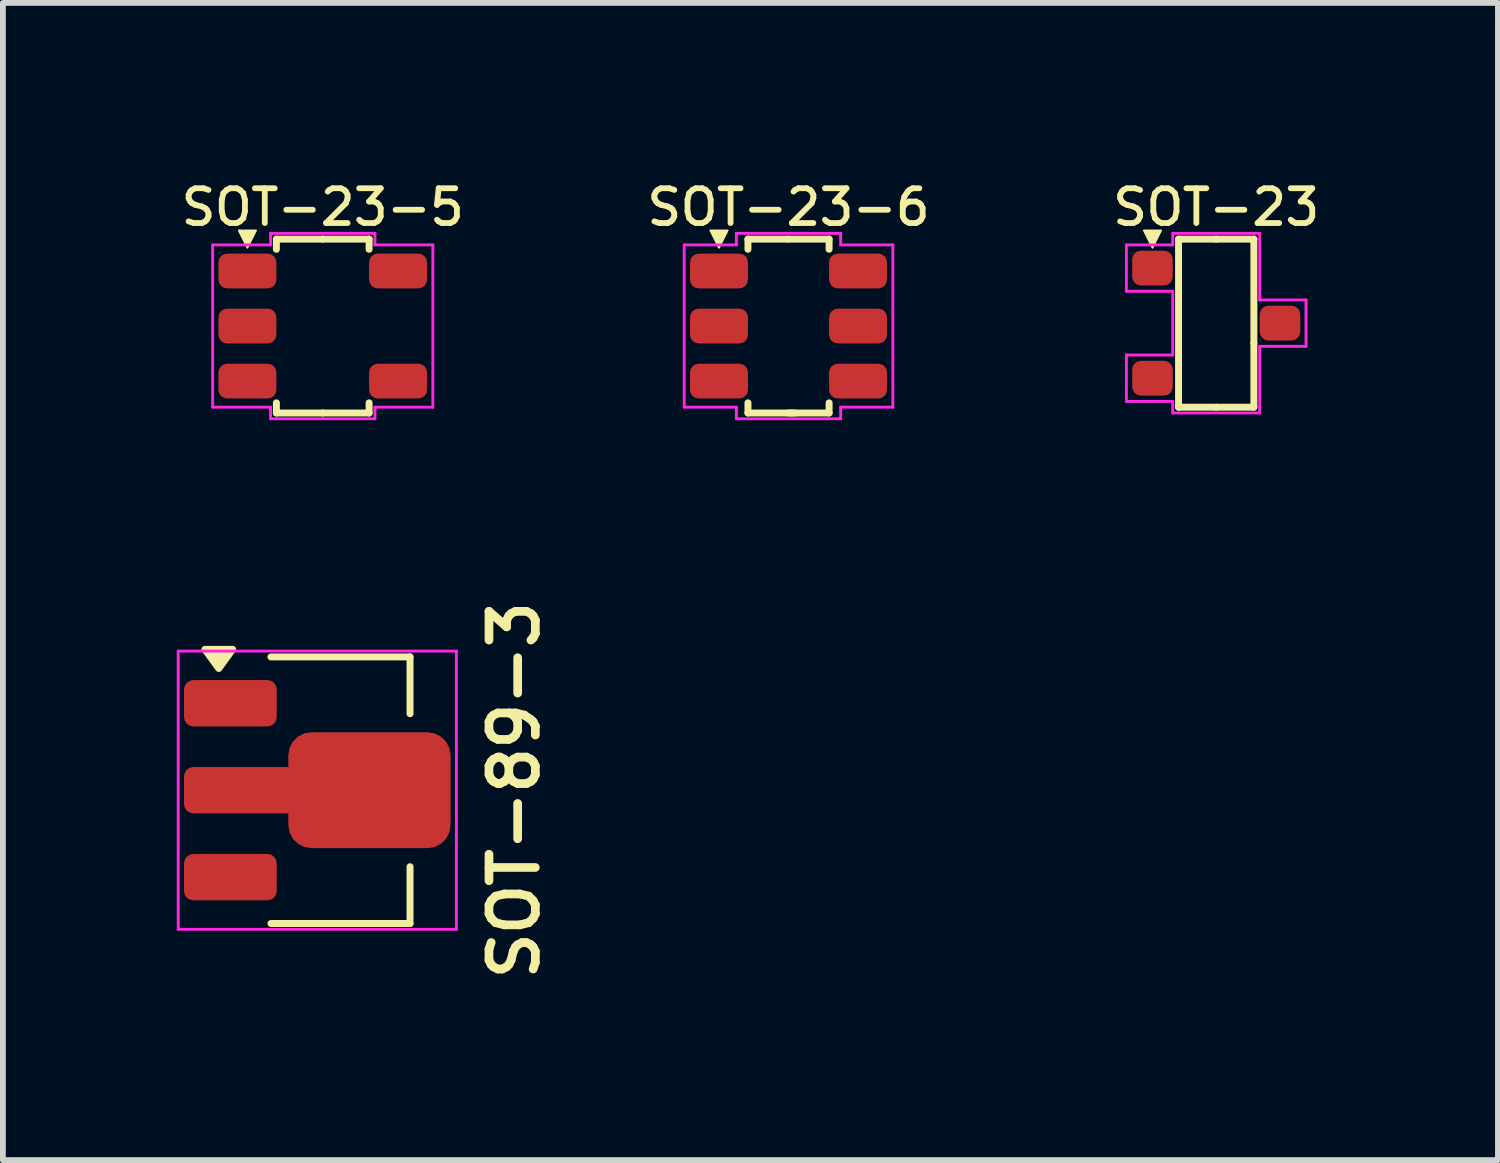
<source format=kicad_pcb>
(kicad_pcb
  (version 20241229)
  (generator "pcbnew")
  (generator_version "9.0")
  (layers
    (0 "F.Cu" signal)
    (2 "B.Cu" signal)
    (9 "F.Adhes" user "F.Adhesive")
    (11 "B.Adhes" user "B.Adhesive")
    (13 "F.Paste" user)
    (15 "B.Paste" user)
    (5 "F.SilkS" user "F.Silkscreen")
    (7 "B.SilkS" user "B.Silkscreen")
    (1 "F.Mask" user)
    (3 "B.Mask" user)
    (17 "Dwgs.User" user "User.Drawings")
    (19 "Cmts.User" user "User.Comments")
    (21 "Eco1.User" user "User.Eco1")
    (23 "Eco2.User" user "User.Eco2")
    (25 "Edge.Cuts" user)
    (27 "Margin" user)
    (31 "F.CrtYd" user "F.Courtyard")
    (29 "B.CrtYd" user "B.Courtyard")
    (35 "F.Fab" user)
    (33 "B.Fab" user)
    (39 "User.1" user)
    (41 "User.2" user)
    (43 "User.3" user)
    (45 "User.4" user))
  (footprint "SOT-23-6"
    (layer "F.Cu")
    (at 10.556 2.576)
    (property "Reference" "SOT-23-6" (at 0 -2.05 0) (layer "F.SilkS") (effects (font (size 0.6 0.6) (thickness 0.1))))
    (attr smd)
    (fp_line (start -0.7 -1.325) (end -0.7 -1.5) (stroke (width 0.12) (type solid)) (layer "F.SilkS"))
    (fp_line (start -0.7 1.325) (end -0.7 1.5) (stroke (width 0.12) (type solid)) (layer "F.SilkS"))
    (fp_line (start 0 -1.5) (end -0.7 -1.5) (stroke (width 0.12) (type solid)) (layer "F.SilkS"))
    (fp_line (start 0 -1.5) (end 0.7 -1.5) (stroke (width 0.12) (type solid)) (layer "F.SilkS"))
    (fp_line (start 0 1.5) (end 0.7 1.5) (stroke (width 0.12) (type solid)) (layer "F.SilkS"))
    (fp_line (start 0.1 1.5) (end -0.7 1.5) (stroke (width 0.12) (type solid)) (layer "F.SilkS"))
    (fp_line (start 0.7 -1.325) (end 0.7 -1.5) (stroke (width 0.12) (type solid)) (layer "F.SilkS"))
    (fp_line (start 0.7 1.325) (end 0.7 1.5) (stroke (width 0.12) (type solid)) (layer "F.SilkS"))
    (fp_poly (pts (xy -1.2 -1.35) (xy -1.35 -1.65) (xy -1.05 -1.65)) (stroke (width 0.03) (type solid)) (fill yes) (layer "F.SilkS"))
    (fp_line (start -1.8 -1.4) (end -1.8 1.4) (stroke (width 0.05) (type solid)) (layer "F.CrtYd"))
    (fp_line (start -0.9 -1.6) (end -0.9 -1.4) (stroke (width 0.05) (type solid)) (layer "F.CrtYd"))
    (fp_line (start -0.9 -1.4) (end -1.8 -1.4) (stroke (width 0.05) (type solid)) (layer "F.CrtYd"))
    (fp_line (start -0.9 1.4) (end -1.8 1.4) (stroke (width 0.05) (type solid)) (layer "F.CrtYd"))
    (fp_line (start -0.9 1.6) (end -0.9 1.4) (stroke (width 0.05) (type solid)) (layer "F.CrtYd"))
    (fp_line (start 0.9 -1.6) (end -0.9 -1.6) (stroke (width 0.05) (type solid)) (layer "F.CrtYd"))
    (fp_line (start 0.9 -1.4) (end 0.9 -1.6) (stroke (width 0.05) (type solid)) (layer "F.CrtYd"))
    (fp_line (start 0.9 1.4) (end 0.9 1.6) (stroke (width 0.05) (type solid)) (layer "F.CrtYd"))
    (fp_line (start 0.9 1.6) (end -0.9 1.6) (stroke (width 0.05) (type solid)) (layer "F.CrtYd"))
    (fp_line (start 1.8 -1.4) (end 0.9 -1.4) (stroke (width 0.05) (type solid)) (layer "F.CrtYd"))
    (fp_line (start 1.8 1.4) (end 0.9 1.4) (stroke (width 0.05) (type solid)) (layer "F.CrtYd"))
    (fp_line (start 1.8 1.4) (end 1.8 -1.4) (stroke (width 0.05) (type solid)) (layer "F.CrtYd"))
    (pad "1" smd roundrect (at -1.2 -0.95) (size 1 0.6) (layers "F.Cu" "F.Mask" "F.Paste") (roundrect_rratio 0.25))
    (pad "2" smd roundrect (at -1.2 0) (size 1 0.6) (layers "F.Cu" "F.Mask" "F.Paste") (roundrect_rratio 0.25))
    (pad "3" smd roundrect (at -1.2 0.95) (size 1 0.6) (layers "F.Cu" "F.Mask" "F.Paste") (roundrect_rratio 0.25))
    (pad "4" smd roundrect (at 1.2 0.95) (size 1 0.6) (layers "F.Cu" "F.Mask" "F.Paste") (roundrect_rratio 0.25))
    (pad "5" smd roundrect (at 1.2 0) (size 1 0.6) (layers "F.Cu" "F.Mask" "F.Paste") (roundrect_rratio 0.25))
    (pad "6" smd roundrect (at 1.2 -0.95) (size 1 0.6) (layers "F.Cu" "F.Mask" "F.Paste") (roundrect_rratio 0.25)))
  (footprint "SOT-23-5"
    (layer "F.Cu")
    (at 2.519 2.576)
    (property "Reference" "SOT-23-5" (at 0 -2.05 0) (layer "F.SilkS") (effects (font (size 0.6 0.6) (thickness 0.1))))
    (attr smd)
    (fp_line (start -0.8 -1.325) (end -0.8 -1.5) (stroke (width 0.12) (type solid)) (layer "F.SilkS"))
    (fp_line (start -0.8 1.325) (end -0.8 1.5) (stroke (width 0.12) (type solid)) (layer "F.SilkS"))
    (fp_line (start 0 -1.5) (end -0.8 -1.5) (stroke (width 0.12) (type solid)) (layer "F.SilkS"))
    (fp_line (start 0 -1.5) (end 0.8 -1.5) (stroke (width 0.12) (type solid)) (layer "F.SilkS"))
    (fp_line (start 0 1.5) (end -0.8 1.5) (stroke (width 0.12) (type solid)) (layer "F.SilkS"))
    (fp_line (start 0 1.5) (end 0.8 1.5) (stroke (width 0.12) (type solid)) (layer "F.SilkS"))
    (fp_line (start 0.8 -1.325) (end 0.8 -1.5) (stroke (width 0.12) (type solid)) (layer "F.SilkS"))
    (fp_line (start 0.8 1.325) (end 0.8 1.5) (stroke (width 0.12) (type solid)) (layer "F.SilkS"))
    (fp_poly (pts (xy -1.3 -1.35) (xy -1.45 -1.65) (xy -1.15 -1.65)) (stroke (width 0.03) (type solid)) (fill yes) (layer "F.SilkS"))
    (fp_line (start -1.9 -1.4) (end -1.9 1.4) (stroke (width 0.05) (type solid)) (layer "F.CrtYd"))
    (fp_line (start -0.9 -1.6) (end -0.9 -1.4) (stroke (width 0.05) (type solid)) (layer "F.CrtYd"))
    (fp_line (start -0.9 -1.4) (end -1.9 -1.4) (stroke (width 0.05) (type solid)) (layer "F.CrtYd"))
    (fp_line (start -0.9 1.4) (end -1.9 1.4) (stroke (width 0.05) (type solid)) (layer "F.CrtYd"))
    (fp_line (start -0.9 1.6) (end -0.9 1.4) (stroke (width 0.05) (type solid)) (layer "F.CrtYd"))
    (fp_line (start 0.9 -1.6) (end -0.9 -1.6) (stroke (width 0.05) (type solid)) (layer "F.CrtYd"))
    (fp_line (start 0.9 -1.4) (end 0.9 -1.6) (stroke (width 0.05) (type solid)) (layer "F.CrtYd"))
    (fp_line (start 0.9 1.4) (end 0.9 1.6) (stroke (width 0.05) (type solid)) (layer "F.CrtYd"))
    (fp_line (start 0.9 1.6) (end -0.9 1.6) (stroke (width 0.05) (type solid)) (layer "F.CrtYd"))
    (fp_line (start 1.9 -1.4) (end 0.9 -1.4) (stroke (width 0.05) (type solid)) (layer "F.CrtYd"))
    (fp_line (start 1.9 1.4) (end 0.9 1.4) (stroke (width 0.05) (type solid)) (layer "F.CrtYd"))
    (fp_line (start 1.9 1.4) (end 1.9 -1.4) (stroke (width 0.05) (type solid)) (layer "F.CrtYd"))
    (pad "1" smd roundrect (at -1.3 -0.95) (size 1 0.6) (layers "F.Cu" "F.Mask" "F.Paste") (roundrect_rratio 0.25))
    (pad "2" smd roundrect (at -1.3 0) (size 1 0.6) (layers "F.Cu" "F.Mask" "F.Paste") (roundrect_rratio 0.25))
    (pad "3" smd roundrect (at -1.3 0.95) (size 1 0.6) (layers "F.Cu" "F.Mask" "F.Paste") (roundrect_rratio 0.25))
    (pad "4" smd roundrect (at 1.3 0.95) (size 1 0.6) (layers "F.Cu" "F.Mask" "F.Paste") (roundrect_rratio 0.25))
    (pad "5" smd roundrect (at 1.3 -0.95) (size 1 0.6) (layers "F.Cu" "F.Mask" "F.Paste") (roundrect_rratio 0.25)))
  (footprint "SOT-23"
    (layer "F.Cu")
    (at 17.936 2.526)
    (property "Reference" "SOT-23" (at 0 -2 0) (layer "F.SilkS") (effects (font (size 0.6 0.6) (thickness 0.1))))
    (attr smd)
    (fp_line (start -0.65 -1.45) (end -0.65 1.45) (stroke (width 0.12) (type solid)) (layer "F.SilkS"))
    (fp_line (start 0 -1.45) (end -0.65 -1.45) (stroke (width 0.12) (type solid)) (layer "F.SilkS"))
    (fp_line (start 0 -1.45) (end 0.65 -1.45) (stroke (width 0.12) (type solid)) (layer "F.SilkS"))
    (fp_line (start 0 1.45) (end -0.65 1.45) (stroke (width 0.12) (type solid)) (layer "F.SilkS"))
    (fp_line (start 0 1.45) (end 0.65 1.45) (stroke (width 0.12) (type solid)) (layer "F.SilkS"))
    (fp_line (start 0.65 -1.45) (end 0.65 0.35) (stroke (width 0.12) (type solid)) (layer "F.SilkS"))
    (fp_line (start 0.65 1.45) (end 0.65 0.35) (stroke (width 0.12) (type solid)) (layer "F.SilkS"))
    (fp_poly (pts (xy -1.1 -1.3) (xy -1.25 -1.6) (xy -0.95 -1.6)) (stroke (width 0.03) (type solid)) (fill yes) (layer "F.SilkS"))
    (fp_line (start -1.55 -1.35) (end -1.55 -0.55) (stroke (width 0.05) (type solid)) (layer "F.CrtYd"))
    (fp_line (start -1.55 -0.55) (end -0.75 -0.55) (stroke (width 0.05) (type solid)) (layer "F.CrtYd"))
    (fp_line (start -1.55 0.55) (end -1.55 1.35) (stroke (width 0.05) (type solid)) (layer "F.CrtYd"))
    (fp_line (start -0.75 -1.55) (end -0.75 -1.35) (stroke (width 0.05) (type solid)) (layer "F.CrtYd"))
    (fp_line (start -0.75 -1.35) (end -1.55 -1.35) (stroke (width 0.05) (type solid)) (layer "F.CrtYd"))
    (fp_line (start -0.75 -0.55) (end -0.75 0.55) (stroke (width 0.05) (type solid)) (layer "F.CrtYd"))
    (fp_line (start -0.75 0.55) (end -1.55 0.55) (stroke (width 0.05) (type solid)) (layer "F.CrtYd"))
    (fp_line (start -0.75 1.35) (end -1.55 1.35) (stroke (width 0.05) (type solid)) (layer "F.CrtYd"))
    (fp_line (start -0.75 1.55) (end -0.75 1.35) (stroke (width 0.05) (type solid)) (layer "F.CrtYd"))
    (fp_line (start 0.75 -1.55) (end -0.75 -1.55) (stroke (width 0.05) (type solid)) (layer "F.CrtYd"))
    (fp_line (start 0.75 -0.4) (end 0.75 -1.55) (stroke (width 0.05) (type solid)) (layer "F.CrtYd"))
    (fp_line (start 0.75 0.4) (end 0.75 1.55) (stroke (width 0.05) (type solid)) (layer "F.CrtYd"))
    (fp_line (start 0.75 1.55) (end -0.75 1.55) (stroke (width 0.05) (type solid)) (layer "F.CrtYd"))
    (fp_line (start 1.55 -0.4) (end 0.75 -0.4) (stroke (width 0.05) (type solid)) (layer "F.CrtYd"))
    (fp_line (start 1.55 0.4) (end 0.75 0.4) (stroke (width 0.05) (type solid)) (layer "F.CrtYd"))
    (fp_line (start 1.55 0.4) (end 1.55 -0.4) (stroke (width 0.05) (type solid)) (layer "F.CrtYd"))
    (pad "1" smd roundrect (at -1.1 -0.95) (size 0.7 0.6) (layers "F.Cu" "F.Mask" "F.Paste") (roundrect_rratio 0.25))
    (pad "2" smd roundrect (at -1.1 0.95) (size 0.7 0.6) (layers "F.Cu" "F.Mask" "F.Paste") (roundrect_rratio 0.25))
    (pad "3" smd roundrect (at 1.1 0) (size 0.7 0.6) (layers "F.Cu" "F.Mask" "F.Paste") (roundrect_rratio 0.25)))
  (footprint "SOT-89-3"
    (layer "F.Cu")
    (at 2.725 10.585)
    (property "Reference" "SOT-89-3" (at 3.1 0 270) (layer "F.SilkS") (effects (font (size 0.8 0.8) (thickness 0.15))))
    (attr smd)
    (fp_line (start -1.1 -2.3) (end 1.3 -2.3) (stroke (width 0.12) (type solid)) (layer "F.SilkS"))
    (fp_line (start 1.3 -1.32) (end 1.3 -2.3) (stroke (width 0.12) (type solid)) (layer "F.SilkS"))
    (fp_line (start 1.3 1.32) (end 1.3 2.3) (stroke (width 0.12) (type solid)) (layer "F.SilkS"))
    (fp_line (start 1.3 2.3) (end -1.1 2.3) (stroke (width 0.12) (type solid)) (layer "F.SilkS"))
    (fp_poly (pts (xy -2 -2.1) (xy -2.24 -2.43) (xy -1.76 -2.43) (xy -2 -2.1)) (stroke (width 0.12) (type solid)) (fill yes) (layer "F.SilkS"))
    (fp_line (start -2.7 2.4) (end -2.7 -2.4) (stroke (width 0.05) (type solid)) (layer "F.CrtYd"))
    (fp_line (start -2.7 2.4) (end 2.1 2.4) (stroke (width 0.05) (type solid)) (layer "F.CrtYd"))
    (fp_line (start 2.1 -2.4) (end -2.7 -2.4) (stroke (width 0.05) (type solid)) (layer "F.CrtYd"))
    (fp_line (start 2.1 -2.4) (end 2.1 2.4) (stroke (width 0.05) (type solid)) (layer "F.CrtYd"))
    (pad "1" smd roundrect (at -1.8 -1.5) (size 1.6 0.8) (layers "F.Cu" "F.Mask" "F.Paste") (roundrect_rratio 0.2))
    (pad "2" smd roundrect (at -1.6 0) (size 2 0.8) (layers "F.Cu" "F.Mask" "F.Paste") (roundrect_rratio 0.2))
    (pad "2" smd roundrect (at 0.6 0 90) (size 2 2.8) (layers "F.Cu" "F.Mask" "F.Paste") (roundrect_rratio 0.2))
    (pad "3" smd roundrect (at -1.8 1.5) (size 1.6 0.8) (layers "F.Cu" "F.Mask" "F.Paste") (roundrect_rratio 0.2)))
  (gr_rect
    (start -3 -3)
    (end 22.797 16.968)
    (stroke (width 0.1) (type default))
    (fill no)
    (layer "Edge.Cuts")))
</source>
